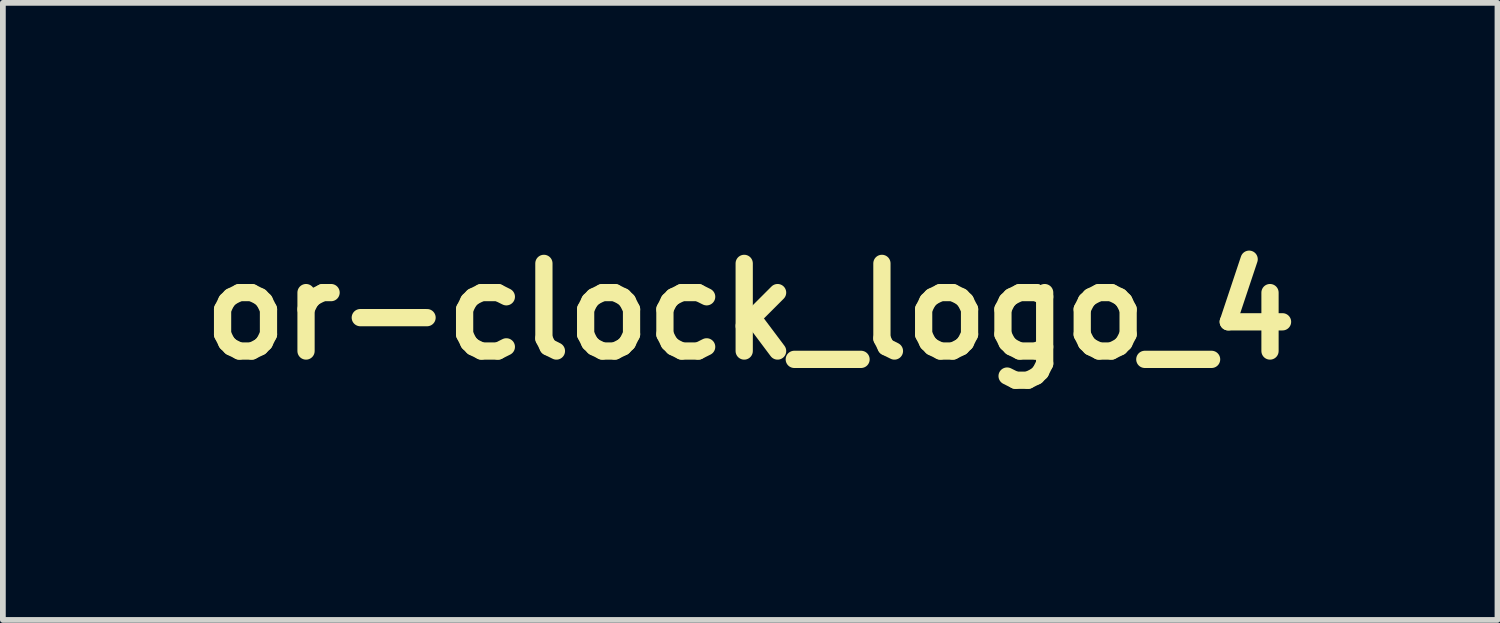
<source format=kicad_pcb>
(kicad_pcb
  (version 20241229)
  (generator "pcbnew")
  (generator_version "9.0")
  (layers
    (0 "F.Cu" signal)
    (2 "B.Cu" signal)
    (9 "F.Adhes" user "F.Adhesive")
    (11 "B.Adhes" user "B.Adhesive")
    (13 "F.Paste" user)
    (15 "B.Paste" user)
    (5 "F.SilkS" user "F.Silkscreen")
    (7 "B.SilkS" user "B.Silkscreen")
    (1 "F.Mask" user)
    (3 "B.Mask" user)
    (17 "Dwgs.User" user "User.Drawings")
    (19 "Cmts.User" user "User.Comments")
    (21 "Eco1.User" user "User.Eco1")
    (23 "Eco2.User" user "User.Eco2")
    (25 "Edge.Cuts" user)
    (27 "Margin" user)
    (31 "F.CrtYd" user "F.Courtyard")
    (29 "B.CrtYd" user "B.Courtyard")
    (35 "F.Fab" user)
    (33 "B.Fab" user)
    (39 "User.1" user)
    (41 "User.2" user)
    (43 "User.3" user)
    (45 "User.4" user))
  (footprint "or-clock_logo_4"
    (layer "F.Cu")
    (at 10.001 2.365)
    (property "Reference" "or-clock_logo_4" (at 0 0 0) (layer "F.SilkS") (effects (font (size 1.524 1.524) (thickness 0.3))))
    (attr through_hole)
    (fp_poly (pts (xy -2.074 0.525) (xy -3.309 0.525) (xy -3.309 -0.085) (xy -2.074 -0.085) (xy -2.074 0.525)) (stroke (width 0.01) (type solid)) (fill yes) (layer "F.Mask"))
    (fp_poly (pts (xy 1.828 1.896) (xy 1.21 1.896) (xy 1.21 -1.862) (xy 1.828 -1.862) (xy 1.828 1.896)) (stroke (width 0.01) (type solid)) (fill yes) (layer "F.Mask"))
    (fp_poly (pts (xy -8.232 -1.396) (xy -7.884 -1.396) (xy -7.67 -1.075) (xy -7.457 -0.753) (xy -7.457 0.732) (xy -7.884 1.379) (xy -8.231 1.379) (xy -8.578 1.379) (xy -8.792 1.058) (xy -9.006 0.736) (xy -9.006 -0.755) (xy -8.793 -1.076) (xy -8.58 -1.397) (xy -8.232 -1.396)) (stroke (width 0.01) (type solid)) (fill yes) (layer "F.Mask"))
    (fp_poly (pts (xy -5.533 -1.371) (xy -5.15 -1.371) (xy -5 -1.057) (xy -4.85 -0.744) (xy -4.85 -0.477) (xy -5.147 -0.068) (xy -5.508 -0.069) (xy -5.586 -0.069) (xy -5.658 -0.07) (xy -5.725 -0.07) (xy -5.783 -0.071) (xy -5.831 -0.072) (xy -5.866 -0.073) (xy -5.888 -0.073) (xy -5.893 -0.074) (xy -5.916 -0.077) (xy -5.916 -1.371) (xy -5.533 -1.371)) (stroke (width 0.01) (type solid)) (fill yes) (layer "F.Mask"))
    (fp_poly (pts (xy 3.574 -1.047) (xy 4.251 -1.045) (xy 4.474 -0.639) (xy 4.697 -0.233) (xy 4.697 1.045) (xy 4.437 1.473) (xy 4.176 1.9) (xy 3.536 1.902) (xy 2.895 1.904) (xy 2.758 1.674) (xy 2.718 1.605) (xy 2.673 1.531) (xy 2.628 1.455) (xy 2.584 1.381) (xy 2.544 1.314) (xy 2.513 1.26) (xy 2.404 1.077) (xy 2.404 0.909) (xy 3.013 0.909) (xy 3.125 1.098) (xy 3.237 1.286) (xy 3.538 1.286) (xy 3.838 1.286) (xy 3.959 1.085) (xy 4.08 0.884) (xy 4.08 -0.09) (xy 3.889 -0.44) (xy 3.237 -0.44) (xy 3.013 -0.072) (xy 3.013 0.418) (xy 3.013 0.909) (xy 2.404 0.909) (xy 2.404 -0.244) (xy 2.65 -0.647) (xy 2.897 -1.05) (xy 3.574 -1.047)) (stroke (width 0.01) (type solid)) (fill yes) (layer "F.Mask"))
    (fp_poly (pts (xy 6.397 -1.047) (xy 7.085 -1.045) (xy 7.237 -0.681) (xy 7.268 -0.607) (xy 7.297 -0.537) (xy 7.324 -0.473) (xy 7.347 -0.416) (xy 7.366 -0.369) (xy 7.381 -0.333) (xy 7.391 -0.309) (xy 7.394 -0.3) (xy 7.394 -0.294) (xy 7.391 -0.289) (xy 7.383 -0.282) (xy 7.369 -0.274) (xy 7.346 -0.263) (xy 7.315 -0.248) (xy 7.273 -0.23) (xy 7.218 -0.207) (xy 7.15 -0.178) (xy 7.129 -0.17) (xy 7.066 -0.143) (xy 7.007 -0.119) (xy 6.954 -0.097) (xy 6.91 -0.08) (xy 6.877 -0.066) (xy 6.856 -0.058) (xy 6.849 -0.056) (xy 6.841 -0.063) (xy 6.829 -0.084) (xy 6.812 -0.117) (xy 6.793 -0.161) (xy 6.792 -0.165) (xy 6.771 -0.215) (xy 6.749 -0.267) (xy 6.728 -0.318) (xy 6.711 -0.358) (xy 6.676 -0.44) (xy 6.362 -0.438) (xy 6.048 -0.436) (xy 5.832 -0.083) (xy 5.832 0.92) (xy 5.94 1.103) (xy 6.047 1.286) (xy 6.337 1.286) (xy 6.627 1.287) (xy 6.737 1.062) (xy 6.846 0.838) (xy 6.883 0.854) (xy 6.899 0.862) (xy 6.929 0.876) (xy 6.969 0.895) (xy 7.018 0.919) (xy 7.074 0.946) (xy 7.133 0.975) (xy 7.157 0.987) (xy 7.395 1.105) (xy 7.005 1.904) (xy 5.707 1.904) (xy 5.214 1.074) (xy 5.214 0.416) (xy 5.214 -0.241) (xy 5.708 -1.05) (xy 6.397 -1.047)) (stroke (width 0.01) (type solid)) (fill yes) (layer "F.Mask"))
    (fp_poly (pts (xy 0.491 -0.672) (xy 0.522 -0.597) (xy 0.551 -0.526) (xy 0.578 -0.462) (xy 0.602 -0.406) (xy 0.621 -0.359) (xy 0.636 -0.322) (xy 0.646 -0.299) (xy 0.65 -0.289) (xy 0.65 -0.289) (xy 0.643 -0.284) (xy 0.622 -0.274) (xy 0.59 -0.26) (xy 0.549 -0.242) (xy 0.501 -0.221) (xy 0.447 -0.198) (xy 0.39 -0.175) (xy 0.333 -0.151) (xy 0.277 -0.128) (xy 0.224 -0.107) (xy 0.177 -0.088) (xy 0.138 -0.073) (xy 0.108 -0.062) (xy 0.091 -0.057) (xy 0.087 -0.056) (xy 0.083 -0.066) (xy 0.073 -0.089) (xy 0.059 -0.123) (xy 0.041 -0.166) (xy 0.02 -0.215) (xy 0.006 -0.25) (xy -0.072 -0.436) (xy -0.386 -0.438) (xy -0.699 -0.44) (xy -0.811 -0.258) (xy -0.923 -0.075) (xy -0.923 0.912) (xy -0.701 1.287) (xy -0.412 1.286) (xy -0.123 1.286) (xy -0.018 1.068) (xy 0.01 1.012) (xy 0.035 0.961) (xy 0.057 0.916) (xy 0.074 0.881) (xy 0.087 0.856) (xy 0.093 0.844) (xy 0.093 0.844) (xy 0.101 0.846) (xy 0.123 0.855) (xy 0.155 0.87) (xy 0.196 0.888) (xy 0.244 0.911) (xy 0.297 0.935) (xy 0.352 0.961) (xy 0.408 0.988) (xy 0.463 1.014) (xy 0.514 1.039) (xy 0.559 1.061) (xy 0.596 1.079) (xy 0.623 1.093) (xy 0.638 1.102) (xy 0.641 1.103) (xy 0.637 1.111) (xy 0.628 1.133) (xy 0.612 1.167) (xy 0.59 1.212) (xy 0.564 1.266) (xy 0.534 1.329) (xy 0.501 1.398) (xy 0.464 1.473) (xy 0.45 1.503) (xy 0.256 1.9) (xy -0.395 1.902) (xy -1.045 1.904) (xy -1.289 1.492) (xy -1.532 1.079) (xy -1.532 0.415) (xy -1.531 -0.25) (xy -1.044 -1.045) (xy -0.355 -1.047) (xy 0.334 -1.049) (xy 0.491 -0.672)) (stroke (width 0.01) (type solid)) (fill yes) (layer "F.Mask"))
    (fp_poly (pts (xy 8.502 0.119) (xy 8.955 -0.52) (xy 9.02 -0.613) (xy 9.083 -0.702) (xy 9.143 -0.785) (xy 9.198 -0.863) (xy 9.249 -0.934) (xy 9.294 -0.997) (xy 9.333 -1.051) (xy 9.365 -1.095) (xy 9.39 -1.129) (xy 9.406 -1.15) (xy 9.413 -1.159) (xy 9.414 -1.16) (xy 9.422 -1.155) (xy 9.442 -1.141) (xy 9.473 -1.121) (xy 9.511 -1.095) (xy 9.555 -1.064) (xy 9.603 -1.03) (xy 9.653 -0.994) (xy 9.703 -0.959) (xy 9.752 -0.924) (xy 9.796 -0.891) (xy 9.836 -0.863) (xy 9.867 -0.839) (xy 9.89 -0.822) (xy 9.9 -0.814) (xy 9.901 -0.813) (xy 9.897 -0.805) (xy 9.883 -0.784) (xy 9.862 -0.752) (xy 9.832 -0.709) (xy 9.796 -0.657) (xy 9.754 -0.596) (xy 9.707 -0.528) (xy 9.655 -0.454) (xy 9.599 -0.375) (xy 9.54 -0.291) (xy 9.536 -0.286) (xy 9.477 -0.202) (xy 9.42 -0.122) (xy 9.367 -0.047) (xy 9.318 0.022) (xy 9.274 0.084) (xy 9.236 0.138) (xy 9.205 0.183) (xy 9.181 0.217) (xy 9.165 0.24) (xy 9.158 0.25) (xy 9.158 0.25) (xy 9.157 0.254) (xy 9.158 0.26) (xy 9.162 0.27) (xy 9.168 0.285) (xy 9.177 0.304) (xy 9.19 0.33) (xy 9.208 0.363) (xy 9.23 0.403) (xy 9.258 0.451) (xy 9.291 0.51) (xy 9.33 0.578) (xy 9.376 0.658) (xy 9.429 0.749) (xy 9.49 0.853) (xy 9.558 0.971) (xy 9.568 0.989) (xy 9.627 1.09) (xy 9.684 1.188) (xy 9.737 1.28) (xy 9.787 1.366) (xy 9.833 1.444) (xy 9.873 1.515) (xy 9.909 1.576) (xy 9.938 1.628) (xy 9.961 1.668) (xy 9.977 1.696) (xy 9.985 1.711) (xy 9.986 1.713) (xy 9.977 1.719) (xy 9.956 1.732) (xy 9.924 1.751) (xy 9.883 1.774) (xy 9.837 1.801) (xy 9.786 1.83) (xy 9.733 1.861) (xy 9.679 1.892) (xy 9.627 1.922) (xy 9.579 1.949) (xy 9.537 1.973) (xy 9.502 1.993) (xy 9.478 2.007) (xy 9.465 2.014) (xy 9.463 2.014) (xy 9.459 2.007) (xy 9.446 1.986) (xy 9.426 1.953) (xy 9.399 1.909) (xy 9.367 1.854) (xy 9.329 1.79) (xy 9.287 1.718) (xy 9.241 1.639) (xy 9.191 1.554) (xy 9.139 1.464) (xy 9.118 1.428) (xy 9.064 1.336) (xy 9.014 1.248) (xy 8.965 1.166) (xy 8.921 1.09) (xy 8.881 1.021) (xy 8.846 0.961) (xy 8.816 0.911) (xy 8.793 0.871) (xy 8.777 0.844) (xy 8.768 0.829) (xy 8.766 0.827) (xy 8.762 0.824) (xy 8.756 0.826) (xy 8.747 0.835) (xy 8.733 0.85) (xy 8.714 0.875) (xy 8.688 0.91) (xy 8.655 0.956) (xy 8.627 0.996) (xy 8.498 1.179) (xy 8.498 1.896) (xy 7.888 1.896) (xy 7.888 -1.862) (xy 8.498 -1.862) (xy 8.502 0.119)) (stroke (width 0.01) (type solid)) (fill yes) (layer "F.Mask"))
    (fp_poly (pts (xy -7.646 -2.36) (xy -7.451 -2.36) (xy -7.24 -2.36) (xy -7.013 -2.359) (xy -6.81 -2.359) (xy -4.533 -2.357) (xy -4.197 -1.659) (xy -3.861 -0.961) (xy -3.866 0.7) (xy -3.871 2.361) (xy -5.386 2.359) (xy -5.567 2.359) (xy -5.755 2.359) (xy -5.95 2.358) (xy -6.15 2.358) (xy -6.351 2.358) (xy -6.554 2.357) (xy -6.755 2.357) (xy -6.953 2.356) (xy -7.146 2.356) (xy -7.332 2.355) (xy -7.509 2.355) (xy -7.676 2.354) (xy -7.83 2.354) (xy -7.969 2.353) (xy -8 2.353) (xy -8.161 2.352) (xy -8.305 2.352) (xy -8.434 2.351) (xy -8.549 2.351) (xy -8.65 2.35) (xy -8.739 2.349) (xy -8.815 2.348) (xy -8.881 2.348) (xy -8.936 2.347) (xy -8.982 2.346) (xy -9.019 2.345) (xy -9.049 2.344) (xy -9.071 2.343) (xy -9.088 2.341) (xy -9.1 2.34) (xy -9.107 2.338) (xy -9.11 2.336) (xy -9.11 2.336) (xy -9.117 2.327) (xy -9.132 2.305) (xy -9.155 2.272) (xy -9.186 2.227) (xy -9.223 2.172) (xy -9.266 2.108) (xy -9.315 2.036) (xy -9.368 1.957) (xy -9.404 1.904) (xy -6.441 1.904) (xy -5.916 1.904) (xy -5.916 0.449) (xy -5.499 0.449) (xy -5.083 0.449) (xy -4.996 0.55) (xy -4.909 0.652) (xy -4.909 1.904) (xy -4.393 1.904) (xy -4.393 0.453) (xy -4.524 0.3) (xy -4.561 0.258) (xy -4.594 0.219) (xy -4.621 0.186) (xy -4.641 0.162) (xy -4.653 0.147) (xy -4.655 0.144) (xy -4.65 0.136) (xy -4.636 0.117) (xy -4.615 0.087) (xy -4.587 0.048) (xy -4.554 0.002) (xy -4.517 -0.049) (xy -4.494 -0.08) (xy -4.334 -0.3) (xy -4.334 -0.588) (xy -4.335 -0.876) (xy -4.578 -1.38) (xy -4.821 -1.883) (xy -5.631 -1.885) (xy -6.441 -1.888) (xy -6.441 1.904) (xy -9.404 1.904) (xy -9.426 1.872) (xy -9.486 1.781) (xy -9.55 1.687) (xy -9.559 1.673) (xy -9.996 1.022) (xy -9.996 -0.917) (xy -9.522 -0.917) (xy -9.522 0.9) (xy -9.191 1.398) (xy -8.859 1.896) (xy -7.603 1.896) (xy -7.272 1.396) (xy -6.94 0.896) (xy -6.94 -0.918) (xy -7.273 -1.419) (xy -7.605 -1.92) (xy -8.231 -1.921) (xy -8.857 -1.921) (xy -9.19 -1.419) (xy -9.522 -0.917) (xy -9.996 -0.917) (xy -9.996 -1.029) (xy -9.556 -1.685) (xy -9.492 -1.78) (xy -9.43 -1.871) (xy -9.372 -1.957) (xy -9.318 -2.037) (xy -9.268 -2.111) (xy -9.223 -2.176) (xy -9.184 -2.233) (xy -9.152 -2.279) (xy -9.127 -2.315) (xy -9.11 -2.339) (xy -9.102 -2.35) (xy -9.101 -2.351) (xy -9.097 -2.352) (xy -9.086 -2.353) (xy -9.068 -2.354) (xy -9.044 -2.355) (xy -9.011 -2.356) (xy -8.97 -2.356) (xy -8.92 -2.357) (xy -8.861 -2.358) (xy -8.793 -2.358) (xy -8.713 -2.359) (xy -8.623 -2.359) (xy -8.522 -2.359) (xy -8.409 -2.359) (xy -8.283 -2.36) (xy -8.145 -2.36) (xy -7.993 -2.36) (xy -7.827 -2.36) (xy -7.646 -2.36)) (stroke (width 0.01) (type solid)) (fill yes) (layer "F.Mask")))
  (gr_rect
    (start -3 -3)
    (end 22.992 7.731)
    (stroke (width 0.1) (type default))
    (fill no)
    (layer "Edge.Cuts")))
</source>
